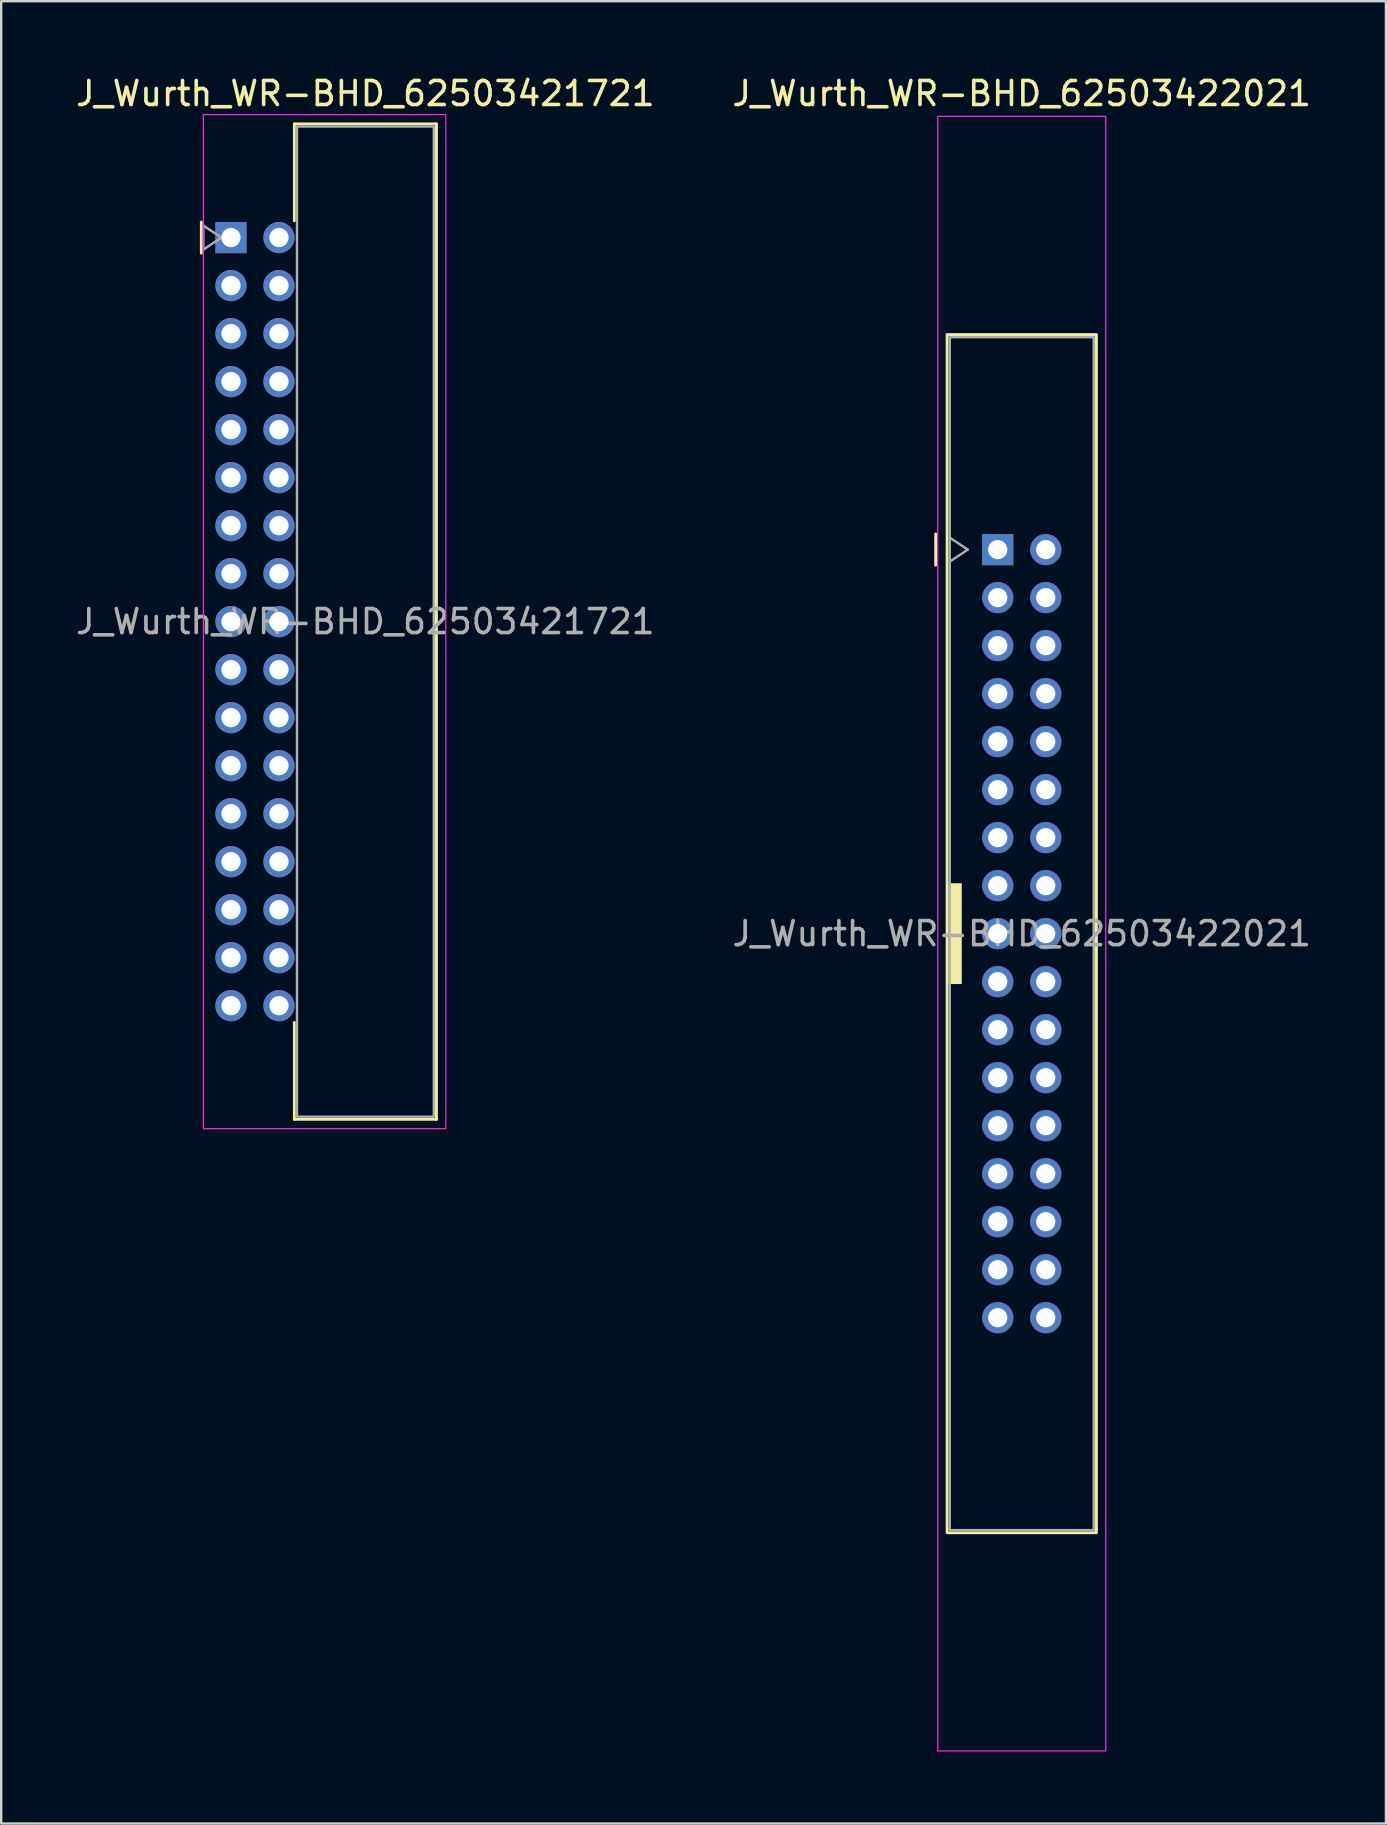
<source format=kicad_pcb>
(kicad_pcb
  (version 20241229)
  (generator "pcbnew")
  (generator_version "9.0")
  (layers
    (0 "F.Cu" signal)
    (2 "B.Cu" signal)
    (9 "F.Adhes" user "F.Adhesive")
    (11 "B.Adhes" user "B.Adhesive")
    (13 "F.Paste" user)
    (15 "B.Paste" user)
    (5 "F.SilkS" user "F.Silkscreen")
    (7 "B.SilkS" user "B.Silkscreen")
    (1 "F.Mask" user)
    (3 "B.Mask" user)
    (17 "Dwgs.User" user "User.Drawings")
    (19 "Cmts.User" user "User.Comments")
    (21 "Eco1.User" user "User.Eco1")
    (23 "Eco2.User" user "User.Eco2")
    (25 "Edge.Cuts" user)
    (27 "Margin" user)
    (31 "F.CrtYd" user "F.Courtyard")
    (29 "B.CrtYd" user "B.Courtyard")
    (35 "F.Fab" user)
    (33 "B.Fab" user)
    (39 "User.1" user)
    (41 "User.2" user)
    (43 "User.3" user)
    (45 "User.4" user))
  (footprint "J_Wurth_WR-BHD_62503422021"
    (layer "F.Cu")
    (at 38.518 19.848)
    (property "Reference" "J_Wurth_WR-BHD_62503422021" (at 1 -19 0) (unlocked yes) (layer "F.SilkS") (effects (font (size 1 1) (thickness 0.15))))
    (attr through_hole)
    (fp_line (start -2.585 -0.65) (end -2.585 0.65) (stroke (width 0.12) (type solid)) (layer "F.SilkS"))
    (fp_rect (start -2.11 -8.96) (end 4.11 40.96) (stroke (width 0.12) (type solid)) (fill no) (layer "F.SilkS"))
    (fp_rect (start -2.05 13.9) (end -1.5 18.1) (stroke (width 0) (type default)) (fill yes) (layer "F.SilkS"))
    (fp_rect (start -2.5 -18.05) (end 4.5 50.05) (stroke (width 0.05) (type solid)) (fill no) (layer "F.CrtYd"))
    (fp_line (start -1.25 0) (end -2 -0.5) (stroke (width 0.1) (type solid)) (layer "F.Fab"))
    (fp_line (start -1.25 0) (end -2 0.5) (stroke (width 0.1) (type solid)) (layer "F.Fab"))
    (fp_rect (start -2 -8.85) (end 4 40.85) (stroke (width 0.1) (type solid)) (fill no) (layer "F.Fab"))
    (fp_text user "${REFERENCE}" (at 1 16 0) (unlocked yes) (layer "F.Fab") (effects (font (size 1 1) (thickness 0.15))))
    (pad "1" thru_hole rect (at 0 0 270) (size 1.3 1.3) (drill 0.8) (layers "*.Cu" "*.Mask"))
    (pad "2" thru_hole circle (at 2 0 270) (size 1.3 1.3) (drill 0.8) (layers "*.Cu" "*.Mask"))
    (pad "3" thru_hole circle (at 0 2 270) (size 1.3 1.3) (drill 0.8) (layers "*.Cu" "*.Mask"))
    (pad "4" thru_hole circle (at 2 2 270) (size 1.3 1.3) (drill 0.8) (layers "*.Cu" "*.Mask"))
    (pad "5" thru_hole circle (at 0 4 270) (size 1.3 1.3) (drill 0.8) (layers "*.Cu" "*.Mask"))
    (pad "6" thru_hole circle (at 2 4 270) (size 1.3 1.3) (drill 0.8) (layers "*.Cu" "*.Mask"))
    (pad "7" thru_hole circle (at 0 6 270) (size 1.3 1.3) (drill 0.8) (layers "*.Cu" "*.Mask"))
    (pad "8" thru_hole circle (at 2 6 270) (size 1.3 1.3) (drill 0.8) (layers "*.Cu" "*.Mask"))
    (pad "9" thru_hole circle (at 0 8 270) (size 1.3 1.3) (drill 0.8) (layers "*.Cu" "*.Mask"))
    (pad "10" thru_hole circle (at 2 8 270) (size 1.3 1.3) (drill 0.8) (layers "*.Cu" "*.Mask"))
    (pad "11" thru_hole circle (at 0 10 270) (size 1.3 1.3) (drill 0.8) (layers "*.Cu" "*.Mask"))
    (pad "12" thru_hole circle (at 2 10 270) (size 1.3 1.3) (drill 0.8) (layers "*.Cu" "*.Mask"))
    (pad "13" thru_hole circle (at 0 12 270) (size 1.3 1.3) (drill 0.8) (layers "*.Cu" "*.Mask"))
    (pad "14" thru_hole circle (at 2 12 270) (size 1.3 1.3) (drill 0.8) (layers "*.Cu" "*.Mask"))
    (pad "15" thru_hole circle (at 0 14 270) (size 1.3 1.3) (drill 0.8) (layers "*.Cu" "*.Mask"))
    (pad "16" thru_hole circle (at 2 14 270) (size 1.3 1.3) (drill 0.8) (layers "*.Cu" "*.Mask"))
    (pad "17" thru_hole circle (at 0 16 270) (size 1.3 1.3) (drill 0.8) (layers "*.Cu" "*.Mask"))
    (pad "18" thru_hole circle (at 2 16 270) (size 1.3 1.3) (drill 0.8) (layers "*.Cu" "*.Mask"))
    (pad "19" thru_hole circle (at 0 18 270) (size 1.3 1.3) (drill 0.8) (layers "*.Cu" "*.Mask"))
    (pad "20" thru_hole circle (at 2 18 270) (size 1.3 1.3) (drill 0.8) (layers "*.Cu" "*.Mask"))
    (pad "21" thru_hole circle (at 0 20 270) (size 1.3 1.3) (drill 0.8) (layers "*.Cu" "*.Mask"))
    (pad "22" thru_hole circle (at 2 20 270) (size 1.3 1.3) (drill 0.8) (layers "*.Cu" "*.Mask"))
    (pad "23" thru_hole circle (at 0 22 270) (size 1.3 1.3) (drill 0.8) (layers "*.Cu" "*.Mask"))
    (pad "24" thru_hole circle (at 2 22 270) (size 1.3 1.3) (drill 0.8) (layers "*.Cu" "*.Mask"))
    (pad "25" thru_hole circle (at 0 24 270) (size 1.3 1.3) (drill 0.8) (layers "*.Cu" "*.Mask"))
    (pad "26" thru_hole circle (at 2 24 270) (size 1.3 1.3) (drill 0.8) (layers "*.Cu" "*.Mask"))
    (pad "27" thru_hole circle (at 0 26 270) (size 1.3 1.3) (drill 0.8) (layers "*.Cu" "*.Mask"))
    (pad "28" thru_hole circle (at 2 26 270) (size 1.3 1.3) (drill 0.8) (layers "*.Cu" "*.Mask"))
    (pad "29" thru_hole circle (at 0 28 270) (size 1.3 1.3) (drill 0.8) (layers "*.Cu" "*.Mask"))
    (pad "30" thru_hole circle (at 2 28 270) (size 1.3 1.3) (drill 0.8) (layers "*.Cu" "*.Mask"))
    (pad "31" thru_hole circle (at 0 30 270) (size 1.3 1.3) (drill 0.8) (layers "*.Cu" "*.Mask"))
    (pad "32" thru_hole circle (at 2 30 270) (size 1.3 1.3) (drill 0.8) (layers "*.Cu" "*.Mask"))
    (pad "33" thru_hole circle (at 0 32 270) (size 1.3 1.3) (drill 0.8) (layers "*.Cu" "*.Mask"))
    (pad "34" thru_hole circle (at 2 32 270) (size 1.3 1.3) (drill 0.8) (layers "*.Cu" "*.Mask")))
  (footprint "J_Wurth_WR-BHD_62503421721"
    (layer "F.Cu")
    (at 6.573 6.848)
    (property "Reference" "J_Wurth_WR-BHD_62503421721" (at 5.6 -6 0) (unlocked yes) (layer "F.SilkS") (effects (font (size 1 1) (thickness 0.15))))
    (attr through_hole)
    (fp_line (start -1.235 0.65) (end -1.235 -0.65) (stroke (width 0.12) (type solid)) (layer "F.SilkS"))
    (fp_line (start 2.64 -4.735) (end 8.56 -4.735) (stroke (width 0.12) (type default)) (layer "F.SilkS"))
    (fp_line (start 2.64 -0.7) (end 2.64 -4.735) (stroke (width 0.12) (type solid)) (layer "F.SilkS"))
    (fp_line (start 2.64 36.735) (end 2.64 32.7) (stroke (width 0.12) (type solid)) (layer "F.SilkS"))
    (fp_line (start 8.56 -4.735) (end 8.56 36.735) (stroke (width 0.12) (type default)) (layer "F.SilkS"))
    (fp_line (start 8.56 36.735) (end 2.64 36.735) (stroke (width 0.12) (type default)) (layer "F.SilkS"))
    (fp_rect (start -1.15 -5.125) (end 8.95 37.125) (stroke (width 0.05) (type solid)) (fill no) (layer "F.CrtYd"))
    (fp_line (start -1.15 0.5) (end -1.15 -0.5) (stroke (width 0.1) (type default)) (layer "F.Fab"))
    (fp_line (start -0.4 0) (end -1.15 -0.5) (stroke (width 0.1) (type solid)) (layer "F.Fab"))
    (fp_line (start -0.4 0) (end -1.15 0.5) (stroke (width 0.1) (type solid)) (layer "F.Fab"))
    (fp_rect (start 2.75 -4.625) (end 8.45 36.625) (stroke (width 0.1) (type solid)) (fill no) (layer "F.Fab"))
    (fp_text user "${REFERENCE}" (at 5.6 16 0) (unlocked yes) (layer "F.Fab") (effects (font (size 1 1) (thickness 0.15))))
    (pad "1" thru_hole rect (at 0 0 90) (size 1.3 1.3) (drill 0.8) (layers "*.Cu" "*.Mask"))
    (pad "2" thru_hole circle (at 2 0 90) (size 1.3 1.3) (drill 0.8) (layers "*.Cu" "*.Mask"))
    (pad "3" thru_hole circle (at 0 2 90) (size 1.3 1.3) (drill 0.8) (layers "*.Cu" "*.Mask"))
    (pad "4" thru_hole circle (at 2 2 90) (size 1.3 1.3) (drill 0.8) (layers "*.Cu" "*.Mask"))
    (pad "5" thru_hole circle (at 0 4 90) (size 1.3 1.3) (drill 0.8) (layers "*.Cu" "*.Mask"))
    (pad "6" thru_hole circle (at 2 4 90) (size 1.3 1.3) (drill 0.8) (layers "*.Cu" "*.Mask"))
    (pad "7" thru_hole circle (at 0 6 90) (size 1.3 1.3) (drill 0.8) (layers "*.Cu" "*.Mask"))
    (pad "8" thru_hole circle (at 2 6 90) (size 1.3 1.3) (drill 0.8) (layers "*.Cu" "*.Mask"))
    (pad "9" thru_hole circle (at 0 8 90) (size 1.3 1.3) (drill 0.8) (layers "*.Cu" "*.Mask"))
    (pad "10" thru_hole circle (at 2 8 90) (size 1.3 1.3) (drill 0.8) (layers "*.Cu" "*.Mask"))
    (pad "11" thru_hole circle (at 0 10 90) (size 1.3 1.3) (drill 0.8) (layers "*.Cu" "*.Mask"))
    (pad "12" thru_hole circle (at 2 10 90) (size 1.3 1.3) (drill 0.8) (layers "*.Cu" "*.Mask"))
    (pad "13" thru_hole circle (at 0 12 90) (size 1.3 1.3) (drill 0.8) (layers "*.Cu" "*.Mask"))
    (pad "14" thru_hole circle (at 2 12 90) (size 1.3 1.3) (drill 0.8) (layers "*.Cu" "*.Mask"))
    (pad "15" thru_hole circle (at 0 14 90) (size 1.3 1.3) (drill 0.8) (layers "*.Cu" "*.Mask"))
    (pad "16" thru_hole circle (at 2 14 90) (size 1.3 1.3) (drill 0.8) (layers "*.Cu" "*.Mask"))
    (pad "17" thru_hole circle (at 0 16 90) (size 1.3 1.3) (drill 0.8) (layers "*.Cu" "*.Mask"))
    (pad "18" thru_hole circle (at 2 16 90) (size 1.3 1.3) (drill 0.8) (layers "*.Cu" "*.Mask"))
    (pad "19" thru_hole circle (at 0 18 90) (size 1.3 1.3) (drill 0.8) (layers "*.Cu" "*.Mask"))
    (pad "20" thru_hole circle (at 2 18 90) (size 1.3 1.3) (drill 0.8) (layers "*.Cu" "*.Mask"))
    (pad "21" thru_hole circle (at 0 20 90) (size 1.3 1.3) (drill 0.8) (layers "*.Cu" "*.Mask"))
    (pad "22" thru_hole circle (at 2 20 90) (size 1.3 1.3) (drill 0.8) (layers "*.Cu" "*.Mask"))
    (pad "23" thru_hole circle (at 0 22 90) (size 1.3 1.3) (drill 0.8) (layers "*.Cu" "*.Mask"))
    (pad "24" thru_hole circle (at 2 22 90) (size 1.3 1.3) (drill 0.8) (layers "*.Cu" "*.Mask"))
    (pad "25" thru_hole circle (at 0 24 90) (size 1.3 1.3) (drill 0.8) (layers "*.Cu" "*.Mask"))
    (pad "26" thru_hole circle (at 2 24 90) (size 1.3 1.3) (drill 0.8) (layers "*.Cu" "*.Mask"))
    (pad "27" thru_hole circle (at 0 26 90) (size 1.3 1.3) (drill 0.8) (layers "*.Cu" "*.Mask"))
    (pad "28" thru_hole circle (at 2 26 90) (size 1.3 1.3) (drill 0.8) (layers "*.Cu" "*.Mask"))
    (pad "29" thru_hole circle (at 0 28 90) (size 1.3 1.3) (drill 0.8) (layers "*.Cu" "*.Mask"))
    (pad "30" thru_hole circle (at 2 28 90) (size 1.3 1.3) (drill 0.8) (layers "*.Cu" "*.Mask"))
    (pad "31" thru_hole circle (at 0 30 90) (size 1.3 1.3) (drill 0.8) (layers "*.Cu" "*.Mask"))
    (pad "32" thru_hole circle (at 2 30 90) (size 1.3 1.3) (drill 0.8) (layers "*.Cu" "*.Mask"))
    (pad "33" thru_hole circle (at 0 32 90) (size 1.3 1.3) (drill 0.8) (layers "*.Cu" "*.Mask"))
    (pad "34" thru_hole circle (at 2 32 90) (size 1.3 1.3) (drill 0.8) (layers "*.Cu" "*.Mask")))
  (gr_rect
    (start -3 -3)
    (end 54.69 72.923)
    (stroke (width 0.1) (type default))
    (fill no)
    (layer "Edge.Cuts")))
</source>
